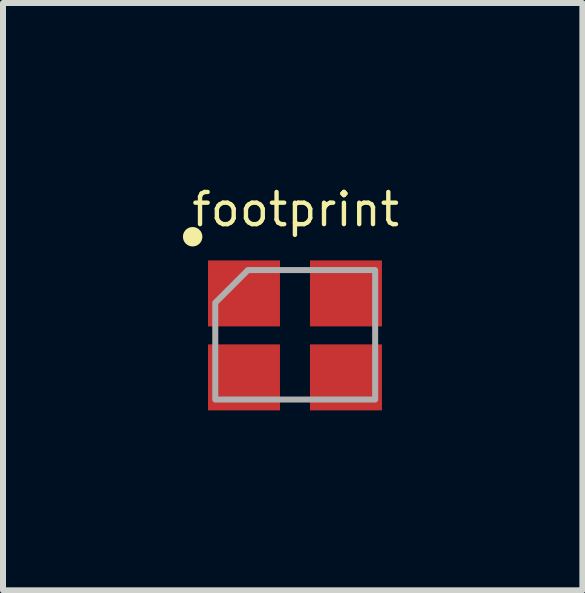
<source format=kicad_pcb>
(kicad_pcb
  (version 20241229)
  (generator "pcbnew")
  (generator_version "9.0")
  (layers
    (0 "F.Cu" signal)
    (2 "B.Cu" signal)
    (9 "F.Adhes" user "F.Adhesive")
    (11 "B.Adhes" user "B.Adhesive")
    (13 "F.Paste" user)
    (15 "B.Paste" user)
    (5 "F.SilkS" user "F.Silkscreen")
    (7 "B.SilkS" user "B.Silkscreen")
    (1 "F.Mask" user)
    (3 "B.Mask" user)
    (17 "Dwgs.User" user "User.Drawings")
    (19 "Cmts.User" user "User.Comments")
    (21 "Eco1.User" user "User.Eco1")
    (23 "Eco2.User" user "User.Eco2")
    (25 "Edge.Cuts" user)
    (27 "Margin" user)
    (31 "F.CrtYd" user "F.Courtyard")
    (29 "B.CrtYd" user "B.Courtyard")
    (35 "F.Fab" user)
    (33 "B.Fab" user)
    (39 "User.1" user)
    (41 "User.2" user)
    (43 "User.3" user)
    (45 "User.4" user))
  (footprint "footprint"
    (layer "F.Cu")
    (at 1.872 2.532)
    (property "Reference" "footprint" (at 0.008 -1.776 0) (layer "F.SilkS") (effects (font (size 0.536 0.536) (thickness 0.073)) (justify bottom)))
    (fp_circle (center -1.71 -1.635) (end -1.629 -1.635) (stroke (width 0.162) (type solid)) (fill yes) (layer "F.SilkS"))
    (fp_poly (pts (xy 1.333 1.079) (xy -1.333 1.079) (xy -1.333 -0.534) (xy -0.788 -1.079) (xy 1.333 -1.079)) (stroke (width 0.1) (type solid)) (fill no) (layer "F.Fab"))
    (pad "P1" smd rect (at 0.846 -0.69) (size 1.2 1.1) (layers "F.Cu" "F.Mask" "F.Paste"))
    (pad "P2" smd rect (at -0.854 -0.69) (size 1.2 1.1) (layers "F.Cu" "F.Mask" "F.Paste"))
    (pad "P3" smd rect (at -0.854 0.71) (size 1.2 1.1) (layers "F.Cu" "F.Mask" "F.Paste"))
    (pad "P4" smd rect (at 0.846 0.71) (size 1.2 1.1) (layers "F.Cu" "F.Mask" "F.Paste")))
  (gr_rect
    (start -3 -3)
    (end 6.66 6.792)
    (stroke (width 0.1) (type default))
    (fill no)
    (layer "Edge.Cuts")))
</source>
